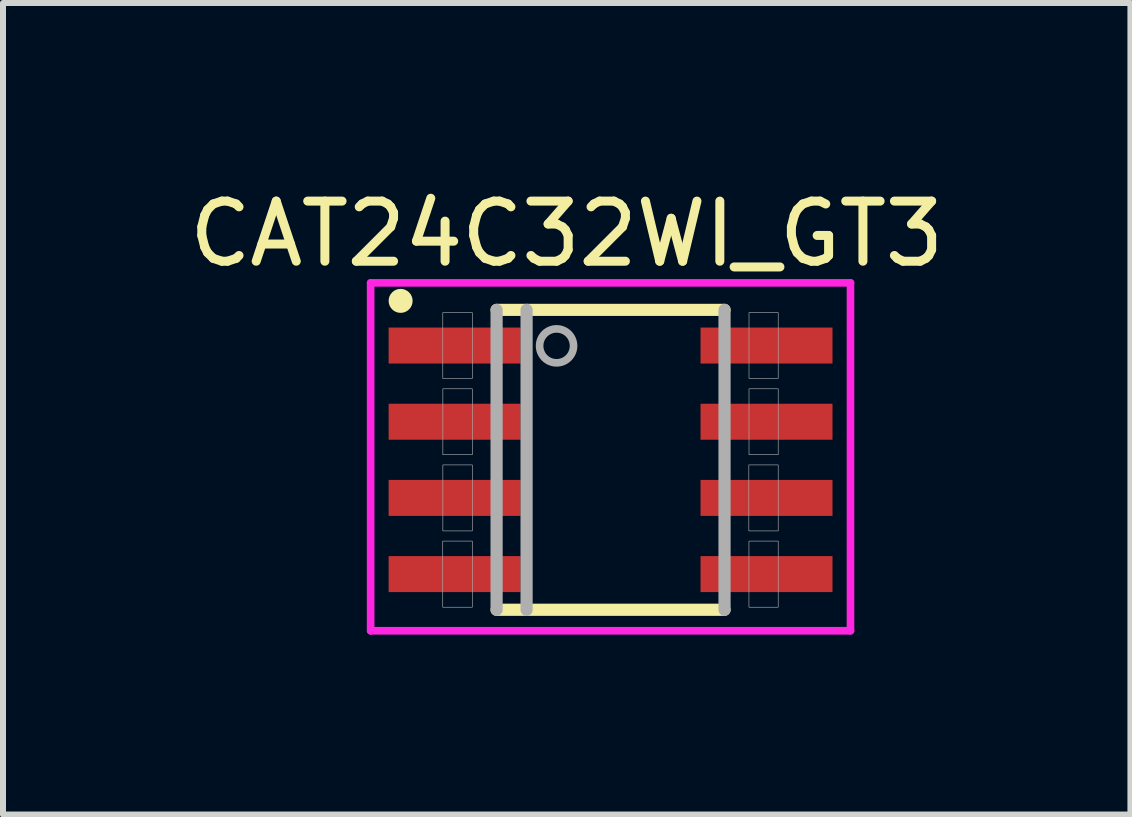
<source format=kicad_pcb>
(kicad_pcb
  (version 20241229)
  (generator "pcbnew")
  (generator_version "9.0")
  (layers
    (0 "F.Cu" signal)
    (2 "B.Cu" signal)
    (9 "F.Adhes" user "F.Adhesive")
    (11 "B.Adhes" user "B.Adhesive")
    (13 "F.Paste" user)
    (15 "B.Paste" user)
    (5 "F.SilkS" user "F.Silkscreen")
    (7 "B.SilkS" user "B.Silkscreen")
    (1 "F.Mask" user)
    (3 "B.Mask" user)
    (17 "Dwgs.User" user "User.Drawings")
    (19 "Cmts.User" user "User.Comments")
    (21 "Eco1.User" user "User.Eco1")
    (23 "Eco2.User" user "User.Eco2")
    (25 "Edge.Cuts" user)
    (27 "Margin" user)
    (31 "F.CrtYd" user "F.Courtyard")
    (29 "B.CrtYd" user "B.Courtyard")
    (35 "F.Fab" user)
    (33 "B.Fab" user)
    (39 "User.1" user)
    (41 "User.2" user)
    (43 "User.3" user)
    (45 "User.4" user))
  (footprint "CAT24C32WI_GT3"
    (layer "F.Cu")
    (at 7.129 4.616)
    (property "Reference" "CAT24C32WI_GT3" (at -0.731 -3.767 0) (layer "F.SilkS") (effects (font (size 1.002 1.002) (thickness 0.15))))
    (attr smd)
    (fp_line (start -1.9 -2.5) (end 1.9 -2.5) (stroke (width 0.203) (type solid)) (layer "F.SilkS"))
    (fp_line (start 1.9 2.5) (end -1.9 2.5) (stroke (width 0.203) (type solid)) (layer "F.SilkS"))
    (fp_circle (center -3.5 -2.65) (end -3.3 -2.65) (stroke (width 0) (type solid)) (fill yes) (layer "F.SilkS"))
    (fp_line (start -4 -2.95) (end 4 -2.95) (stroke (width 0.127) (type solid)) (layer "F.CrtYd"))
    (fp_line (start -4 2.85) (end -4 -2.95) (stroke (width 0.127) (type solid)) (layer "F.CrtYd"))
    (fp_line (start 4 -2.95) (end 4 2.85) (stroke (width 0.127) (type solid)) (layer "F.CrtYd"))
    (fp_line (start 4 2.85) (end -4 2.85) (stroke (width 0.127) (type solid)) (layer "F.CrtYd"))
    (fp_line (start -1.9 2.5) (end -1.9 -2.5) (stroke (width 0.203) (type solid)) (layer "F.Fab"))
    (fp_line (start -1.4 2.5) (end -1.4 -2.5) (stroke (width 0.203) (type solid)) (layer "F.Fab"))
    (fp_line (start 1.9 -2.5) (end 1.9 2.5) (stroke (width 0.203) (type solid)) (layer "F.Fab"))
    (fp_circle (center -0.9 -1.9) (end -0.617 -1.9) (stroke (width 0.127) (type solid)) (fill no) (layer "F.Fab"))
    (fp_poly (pts (xy -2.798 1.355) (xy -2.305 1.355) (xy -2.305 2.458) (xy -2.798 2.458)) (stroke (width 0.01) (type solid)) (fill no) (layer "F.Fab"))
    (fp_poly (pts (xy -2.797 -2.455) (xy -2.305 -2.455) (xy -2.305 -1.356) (xy -2.797 -1.356)) (stroke (width 0.01) (type solid)) (fill no) (layer "F.Fab"))
    (fp_poly (pts (xy -2.796 -1.185) (xy -2.305 -1.185) (xy -2.305 -0.085) (xy -2.796 -0.085)) (stroke (width 0.01) (type solid)) (fill no) (layer "F.Fab"))
    (fp_poly (pts (xy -2.796 0.085) (xy -2.305 0.085) (xy -2.305 1.185) (xy -2.796 1.185)) (stroke (width 0.01) (type solid)) (fill no) (layer "F.Fab"))
    (fp_poly (pts (xy 2.305 0.085) (xy 2.795 0.085) (xy 2.795 1.185) (xy 2.305 1.185)) (stroke (width 0.01) (type solid)) (fill no) (layer "F.Fab"))
    (fp_poly (pts (xy 2.307 1.355) (xy 2.795 1.355) (xy 2.795 2.457) (xy 2.307 2.457)) (stroke (width 0.01) (type solid)) (fill no) (layer "F.Fab"))
    (fp_poly (pts (xy 2.308 -2.455) (xy 2.795 -2.455) (xy 2.795 -1.357) (xy 2.308 -1.357)) (stroke (width 0.01) (type solid)) (fill no) (layer "F.Fab"))
    (fp_poly (pts (xy 2.308 -1.185) (xy 2.795 -1.185) (xy 2.795 -0.085) (xy 2.308 -0.085)) (stroke (width 0.01) (type solid)) (fill no) (layer "F.Fab"))
    (pad "1" smd rect (at -2.6 -1.905 270) (size 0.6 2.2) (layers "F.Cu" "F.Mask" "F.Paste"))
    (pad "2" smd rect (at -2.6 -0.635 270) (size 0.6 2.2) (layers "F.Cu" "F.Mask" "F.Paste"))
    (pad "3" smd rect (at -2.6 0.635 270) (size 0.6 2.2) (layers "F.Cu" "F.Mask" "F.Paste"))
    (pad "4" smd rect (at -2.6 1.905 270) (size 0.6 2.2) (layers "F.Cu" "F.Mask" "F.Paste"))
    (pad "5" smd rect (at 2.6 1.905 270) (size 0.6 2.2) (layers "F.Cu" "F.Mask" "F.Paste"))
    (pad "6" smd rect (at 2.6 0.635 270) (size 0.6 2.2) (layers "F.Cu" "F.Mask" "F.Paste"))
    (pad "7" smd rect (at 2.6 -0.635 270) (size 0.6 2.2) (layers "F.Cu" "F.Mask" "F.Paste"))
    (pad "8" smd rect (at 2.6 -1.905 270) (size 0.6 2.2) (layers "F.Cu" "F.Mask" "F.Paste")))
  (gr_rect
    (start -3 -3)
    (end 15.796 10.53)
    (stroke (width 0.1) (type default))
    (fill no)
    (layer "Edge.Cuts")))
</source>
